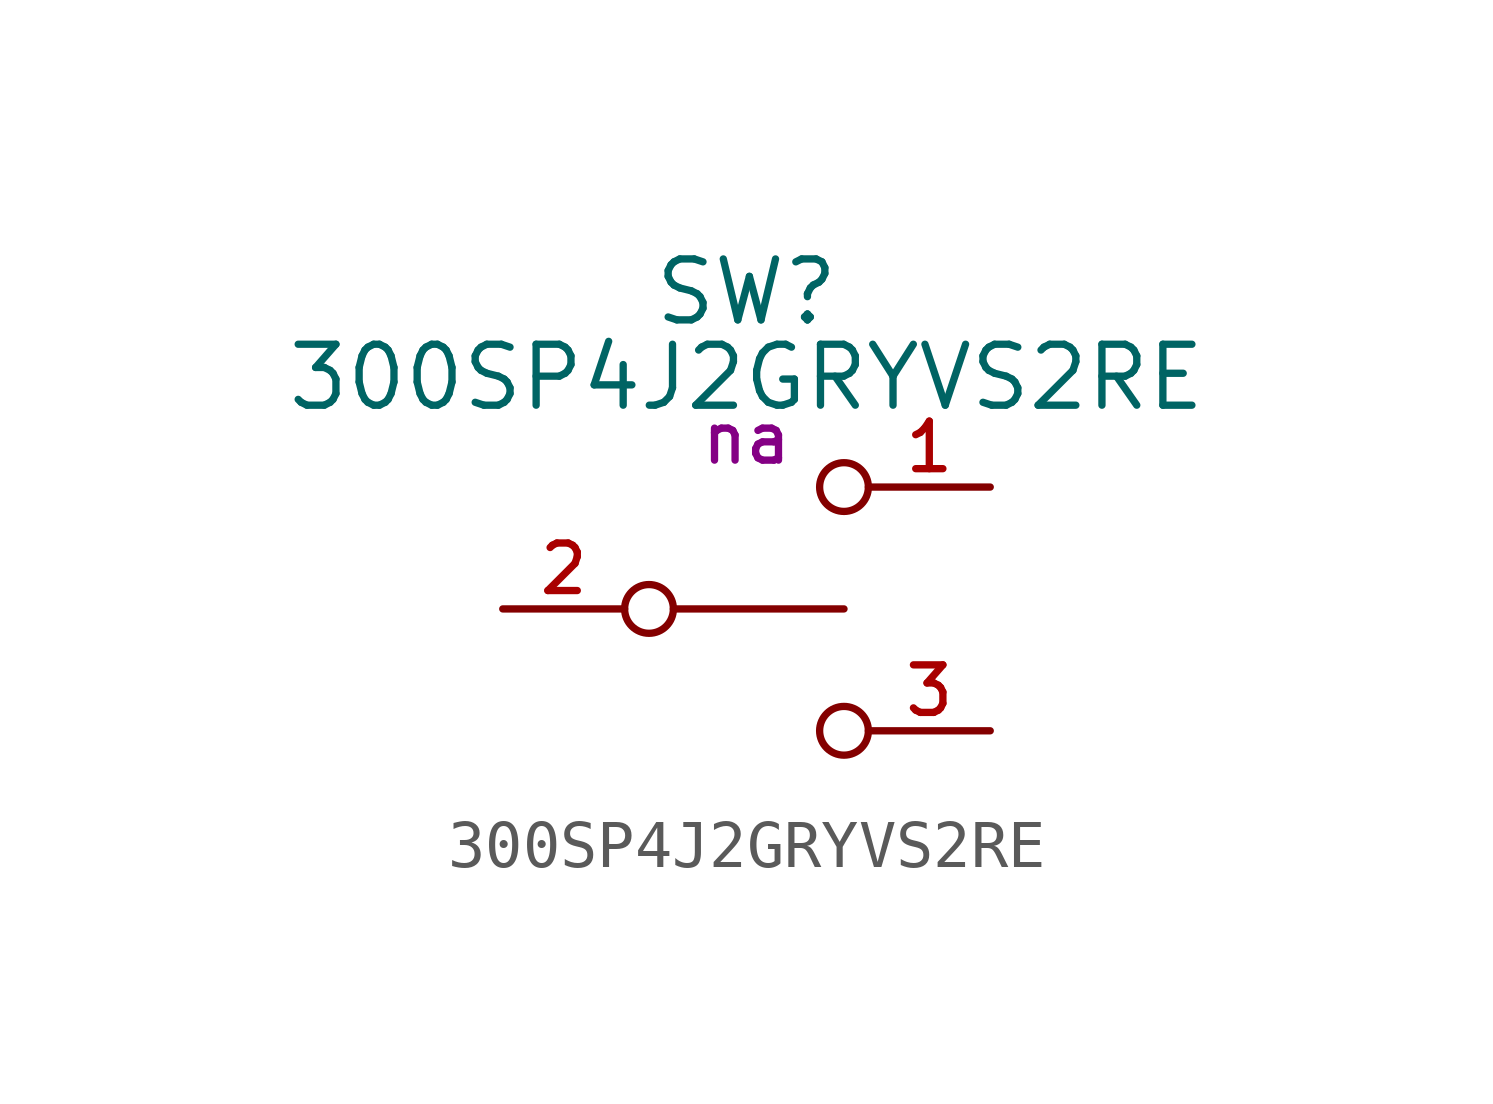
<source format=kicad_sym>
(kicad_symbol_lib
  (version 20231120)
  (generator "kicad_symbol_editor")
  (generator_version "8.0")
  (symbol "300SP4J2GRYVS2RE"
    (property "Reference" "SW"
      (at 5.08 6.604 0)
      (effects (font (size 1.27 1.27))))
    (property "Value" "300SP4J2GRYVS2RE"
      (at 5.08 4.826 0)
      (effects (font (size 1.27 1.27))))
    (property "PartNumber" "na"
      (at 5.08 3.556 0)
      (effects (font (size 1 1))))
    (symbol "300SP4J2GRYVS2RE_0_0"
      (circle (center 3.048 0) (radius 0.508) (stroke (width 0) (type default)) (fill (type none)))
      (circle (center 7.112 -2.54) (radius 0.508) (stroke (width 0) (type default)) (fill (type none)))
      (pin passive line (at 10.16 2.54 180) (length 2.54) (name "A" (effects (font (size 0 0)))) (number "1" (effects (font (size 0.991 0.991)))))
      (pin passive line (at 0 0 0) (length 2.54) (name "COM" (effects (font (size 0 0)))) (number "2" (effects (font (size 0.991 0.991)))))
      (pin passive line (at 10.16 -2.54 180) (length 2.54) (name "B" (effects (font (size 0 0)))) (number "3" (effects (font (size 0.991 0.991))))))
    (symbol "300SP4J2GRYVS2RE_0_1"
      (polyline (pts (xy 3.556 0) (xy 7.112 0)) (stroke (width 0) (type default)) (fill (type none)))
      (circle (center 7.112 2.54) (radius 0.508) (stroke (width 0) (type default)) (fill (type none))))))
</source>
